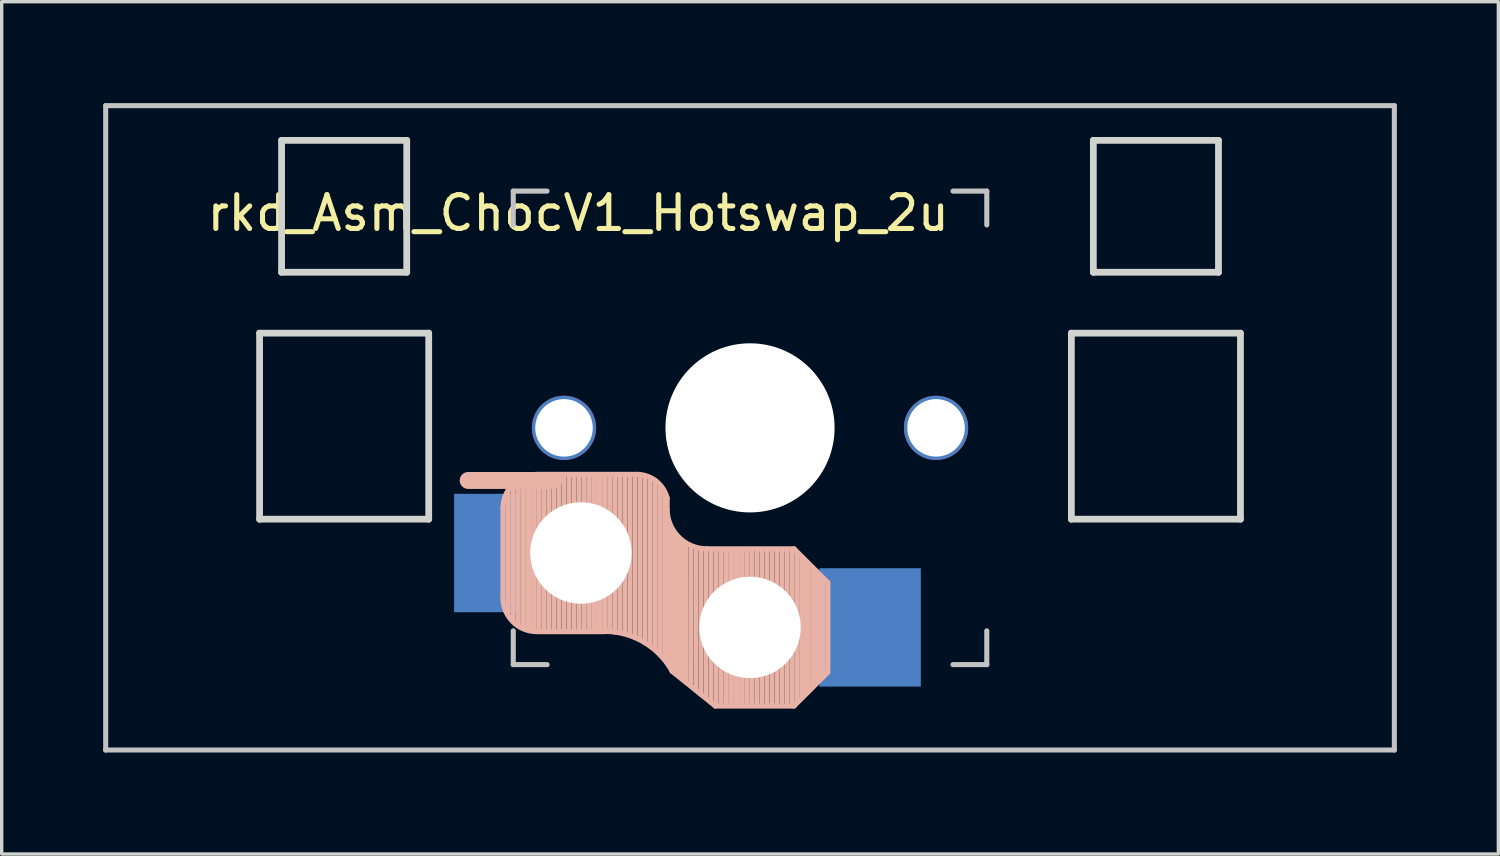
<source format=kicad_pcb>
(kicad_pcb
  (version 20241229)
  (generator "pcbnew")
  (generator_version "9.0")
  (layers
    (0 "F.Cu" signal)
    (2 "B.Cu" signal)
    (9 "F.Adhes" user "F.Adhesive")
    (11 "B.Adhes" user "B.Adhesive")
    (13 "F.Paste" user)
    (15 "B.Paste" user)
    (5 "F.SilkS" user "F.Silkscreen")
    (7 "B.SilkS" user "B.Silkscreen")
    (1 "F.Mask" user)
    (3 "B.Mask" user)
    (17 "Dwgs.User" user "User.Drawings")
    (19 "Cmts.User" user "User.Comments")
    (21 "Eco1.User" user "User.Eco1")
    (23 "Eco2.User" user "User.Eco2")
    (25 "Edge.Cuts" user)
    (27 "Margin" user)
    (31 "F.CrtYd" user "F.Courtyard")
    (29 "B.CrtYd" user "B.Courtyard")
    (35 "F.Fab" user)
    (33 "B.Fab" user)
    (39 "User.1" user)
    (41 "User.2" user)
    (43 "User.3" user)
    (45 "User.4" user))
  (footprint "rkd_Asm_ChocV1_Hotswap_2u"
    (layer "F.Cu")
    (at 19.125 9.6)
    (property "Reference" "rkd_Asm_ChocV1_Hotswap_2u" (at -5.08 -6.35 180) (layer "F.SilkS") (effects (font (size 1 1) (thickness 0.15))))
    (attr through_hole)
    (fp_line (start -7.305 2.375) (end -7.305 5.025) (stroke (width 0.15) (type solid)) (layer "B.SilkS"))
    (fp_line (start -7.15 5.53) (end -7.15 1.85) (stroke (width 0.15) (type solid)) (layer "B.SilkS"))
    (fp_line (start -7 5.7) (end -7 1.73) (stroke (width 0.15) (type solid)) (layer "B.SilkS"))
    (fp_line (start -6.85 5.84) (end -6.85 1.7) (stroke (width 0.15) (type solid)) (layer "B.SilkS"))
    (fp_line (start -6.7 5.92) (end -6.7 1.8) (stroke (width 0.15) (type solid)) (layer "B.SilkS"))
    (fp_line (start -6.55 5.97) (end -6.55 1.65) (stroke (width 0.15) (type solid)) (layer "B.SilkS"))
    (fp_line (start -6.4 6.01) (end -6.4 1.5) (stroke (width 0.15) (type solid)) (layer "B.SilkS"))
    (fp_line (start -6.25 6) (end -6.25 1.4) (stroke (width 0.15) (type solid)) (layer "B.SilkS"))
    (fp_line (start -6.1 6) (end -6.1 1.4) (stroke (width 0.15) (type solid)) (layer "B.SilkS"))
    (fp_line (start -5.95 6) (end -5.95 1.4) (stroke (width 0.15) (type solid)) (layer "B.SilkS"))
    (fp_line (start -5.8 1.555) (end -8.334 1.555) (stroke (width 0.5) (type default)) (layer "B.SilkS"))
    (fp_line (start -5.8 6) (end -5.8 1.4) (stroke (width 0.15) (type solid)) (layer "B.SilkS"))
    (fp_line (start -5.65 6) (end -5.65 1.4) (stroke (width 0.15) (type solid)) (layer "B.SilkS"))
    (fp_line (start -5.5 6) (end -5.5 1.4) (stroke (width 0.15) (type solid)) (layer "B.SilkS"))
    (fp_line (start -5.35 6) (end -5.35 1.4) (stroke (width 0.15) (type solid)) (layer "B.SilkS"))
    (fp_line (start -5.2 6) (end -5.2 1.4) (stroke (width 0.15) (type solid)) (layer "B.SilkS"))
    (fp_line (start -5.05 6) (end -5.05 1.4) (stroke (width 0.15) (type solid)) (layer "B.SilkS"))
    (fp_line (start -4.9 6) (end -4.9 1.4) (stroke (width 0.15) (type solid)) (layer "B.SilkS"))
    (fp_line (start -4.75 6) (end -4.75 1.4) (stroke (width 0.15) (type solid)) (layer "B.SilkS"))
    (fp_line (start -4.6 6) (end -4.6 1.4) (stroke (width 0.15) (type solid)) (layer "B.SilkS"))
    (fp_line (start -4.45 6) (end -4.45 1.4) (stroke (width 0.15) (type solid)) (layer "B.SilkS"))
    (fp_line (start -4.3 6) (end -4.3 1.4) (stroke (width 0.15) (type solid)) (layer "B.SilkS"))
    (fp_line (start -4.3 6.025) (end -6.275 6.025) (stroke (width 0.15) (type solid)) (layer "B.SilkS"))
    (fp_line (start -4.15 6) (end -4.15 1.45) (stroke (width 0.15) (type solid)) (layer "B.SilkS"))
    (fp_line (start -4 6.04) (end -4 1.4) (stroke (width 0.15) (type solid)) (layer "B.SilkS"))
    (fp_line (start -3.85 6.05) (end -3.85 1.4) (stroke (width 0.15) (type solid)) (layer "B.SilkS"))
    (fp_line (start -3.7 6.05) (end -3.7 1.45) (stroke (width 0.15) (type solid)) (layer "B.SilkS"))
    (fp_line (start -3.55 6.1) (end -3.55 1.39) (stroke (width 0.15) (type solid)) (layer "B.SilkS"))
    (fp_line (start -3.4 6.2) (end -3.4 1.38) (stroke (width 0.15) (type solid)) (layer "B.SilkS"))
    (fp_line (start -3.311 1.375) (end -6.275 1.375) (stroke (width 0.15) (type solid)) (layer "B.SilkS"))
    (fp_line (start -3.25 6.25) (end -3.25 1.4) (stroke (width 0.15) (type solid)) (layer "B.SilkS"))
    (fp_line (start -3.1 6.35) (end -3.1 1.43) (stroke (width 0.15) (type solid)) (layer "B.SilkS"))
    (fp_line (start -2.95 6.45) (end -2.95 1.48) (stroke (width 0.15) (type solid)) (layer "B.SilkS"))
    (fp_line (start -2.8 6.55) (end -2.8 1.56) (stroke (width 0.15) (type solid)) (layer "B.SilkS"))
    (fp_line (start -2.65 6.7) (end -2.65 1.75) (stroke (width 0.15) (type solid)) (layer "B.SilkS"))
    (fp_line (start -2.5 6.85) (end -2.5 1.95) (stroke (width 0.15) (type solid)) (layer "B.SilkS"))
    (fp_line (start -2.45 2.4) (end -2.45 2.077) (stroke (width 0.15) (type default)) (layer "B.SilkS"))
    (fp_line (start -2.4 7.02) (end -2.4 2.9) (stroke (width 0.15) (type solid)) (layer "B.SilkS"))
    (fp_line (start -2.3 7.2) (end -2.3 3.05) (stroke (width 0.15) (type solid)) (layer "B.SilkS"))
    (fp_line (start -2.3 7.2) (end -1.025 8.225) (stroke (width 0.15) (type solid)) (layer "B.SilkS"))
    (fp_line (start -2.2 7.27) (end -2.2 3.25) (stroke (width 0.15) (type solid)) (layer "B.SilkS"))
    (fp_line (start -2.1 7.35) (end -2.1 3.35) (stroke (width 0.15) (type solid)) (layer "B.SilkS"))
    (fp_line (start -2 7.43) (end -2 3.4) (stroke (width 0.15) (type solid)) (layer "B.SilkS"))
    (fp_line (start -1.89 7.52) (end -1.9 3.45) (stroke (width 0.15) (type solid)) (layer "B.SilkS"))
    (fp_line (start -1.75 7.62) (end -1.75 3.5) (stroke (width 0.15) (type solid)) (layer "B.SilkS"))
    (fp_line (start -1.6 7.76) (end -1.6 3.6) (stroke (width 0.15) (type solid)) (layer "B.SilkS"))
    (fp_line (start -1.45 7.88) (end -1.45 3.6) (stroke (width 0.15) (type solid)) (layer "B.SilkS"))
    (fp_line (start -1.3 7.99) (end -1.3 3.6) (stroke (width 0.15) (type solid)) (layer "B.SilkS"))
    (fp_line (start -1.15 8.11) (end -1.15 3.65) (stroke (width 0.15) (type solid)) (layer "B.SilkS"))
    (fp_line (start -1 8.2) (end -1 3.6) (stroke (width 0.15) (type solid)) (layer "B.SilkS"))
    (fp_line (start -0.85 8.2) (end -0.85 3.6) (stroke (width 0.15) (type solid)) (layer "B.SilkS"))
    (fp_line (start -0.7 8.2) (end -0.7 3.6) (stroke (width 0.15) (type solid)) (layer "B.SilkS"))
    (fp_line (start -0.55 8.2) (end -0.55 3.6) (stroke (width 0.15) (type solid)) (layer "B.SilkS"))
    (fp_line (start -0.4 8.2) (end -0.4 3.6) (stroke (width 0.15) (type solid)) (layer "B.SilkS"))
    (fp_line (start -0.25 8.2) (end -0.25 3.6) (stroke (width 0.15) (type solid)) (layer "B.SilkS"))
    (fp_line (start -0.1 8.2) (end -0.1 3.6) (stroke (width 0.15) (type solid)) (layer "B.SilkS"))
    (fp_line (start 0.05 8.2) (end 0.05 3.6) (stroke (width 0.15) (type solid)) (layer "B.SilkS"))
    (fp_line (start 0.2 8.2) (end 0.2 3.6) (stroke (width 0.15) (type solid)) (layer "B.SilkS"))
    (fp_line (start 0.35 8.2) (end 0.35 3.6) (stroke (width 0.15) (type solid)) (layer "B.SilkS"))
    (fp_line (start 0.5 8.2) (end 0.5 3.6) (stroke (width 0.15) (type solid)) (layer "B.SilkS"))
    (fp_line (start 0.65 8.2) (end 0.65 3.6) (stroke (width 0.15) (type solid)) (layer "B.SilkS"))
    (fp_line (start 0.8 8.2) (end 0.8 3.6) (stroke (width 0.15) (type solid)) (layer "B.SilkS"))
    (fp_line (start 0.95 8.2) (end 0.95 3.6) (stroke (width 0.15) (type solid)) (layer "B.SilkS"))
    (fp_line (start 1.1 8.2) (end 1.1 3.6) (stroke (width 0.15) (type solid)) (layer "B.SilkS"))
    (fp_line (start 1.25 8.2) (end 1.25 3.6) (stroke (width 0.15) (type solid)) (layer "B.SilkS"))
    (fp_line (start 1.3 3.575) (end -1.275 3.575) (stroke (width 0.15) (type solid)) (layer "B.SilkS"))
    (fp_line (start 1.3 8.225) (end -1.025 8.225) (stroke (width 0.15) (type solid)) (layer "B.SilkS"))
    (fp_line (start 1.4 8.09) (end 1.4 3.7) (stroke (width 0.15) (type solid)) (layer "B.SilkS"))
    (fp_line (start 1.55 7.95) (end 1.55 3.83) (stroke (width 0.15) (type solid)) (layer "B.SilkS"))
    (fp_line (start 1.7 7.82) (end 1.7 3.99) (stroke (width 0.15) (type solid)) (layer "B.SilkS"))
    (fp_line (start 1.85 7.66) (end 1.85 4.13) (stroke (width 0.15) (type solid)) (layer "B.SilkS"))
    (fp_line (start 1.95 7.56) (end 1.95 4.23) (stroke (width 0.15) (type solid)) (layer "B.SilkS"))
    (fp_line (start 2.05 7.45) (end 2.05 4.33) (stroke (width 0.15) (type solid)) (layer "B.SilkS"))
    (fp_line (start 2.15 7.37) (end 2.15 4.44) (stroke (width 0.15) (type solid)) (layer "B.SilkS"))
    (fp_line (start 2.3 4.575) (end 1.3 3.575) (stroke (width 0.15) (type solid)) (layer "B.SilkS"))
    (fp_line (start 2.3 4.575) (end 2.3 7.225) (stroke (width 0.15) (type solid)) (layer "B.SilkS"))
    (fp_line (start 2.3 7.225) (end 1.3 8.225) (stroke (width 0.15) (type solid)) (layer "B.SilkS"))
    (fp_arc (start -7.305 2.375) (mid -7.012107 1.667893) (end -6.305 1.375) (stroke (width 0.15) (type solid)) (layer "B.SilkS"))
    (fp_arc (start -6.305 6.025) (mid -7.012107 5.732107) (end -7.305 5.025) (stroke (width 0.15) (type solid)) (layer "B.SilkS"))
    (fp_arc (start -4.3 6.017458) (mid -3.138277 6.335211) (end -2.3 7.2) (stroke (width 0.15) (type solid)) (layer "B.SilkS"))
    (fp_arc (start -3.311204 1.375) (mid -2.763915 1.58277) (end -2.45 2.076887) (stroke (width 0.15) (type solid)) (layer "B.SilkS"))
    (fp_arc (start -1.275 3.575) (mid -2.10585 3.23085) (end -2.45 2.4) (stroke (width 0.15) (type solid)) (layer "B.SilkS"))
    (fp_line (start -19.05 -9.525) (end 19.05 -9.525) (stroke (width 0.15) (type solid)) (layer "Dwgs.User"))
    (fp_line (start -19.05 9.525) (end -19.05 -9.525) (stroke (width 0.15) (type solid)) (layer "Dwgs.User"))
    (fp_line (start -7 -7) (end -6 -7) (stroke (width 0.15) (type solid)) (layer "Dwgs.User"))
    (fp_line (start -7 -6) (end -7 -7) (stroke (width 0.15) (type solid)) (layer "Dwgs.User"))
    (fp_line (start -7 7) (end -7 6) (stroke (width 0.15) (type solid)) (layer "Dwgs.User"))
    (fp_line (start -6 7) (end -7 7) (stroke (width 0.15) (type solid)) (layer "Dwgs.User"))
    (fp_line (start 6 7) (end 7 7) (stroke (width 0.15) (type solid)) (layer "Dwgs.User"))
    (fp_line (start 7 -7) (end 6 -7) (stroke (width 0.15) (type solid)) (layer "Dwgs.User"))
    (fp_line (start 7 -6) (end 7 -7) (stroke (width 0.15) (type solid)) (layer "Dwgs.User"))
    (fp_line (start 7 7) (end 7 6) (stroke (width 0.15) (type solid)) (layer "Dwgs.User"))
    (fp_line (start 19.05 -9.525) (end 19.05 9.525) (stroke (width 0.15) (type solid)) (layer "Dwgs.User"))
    (fp_line (start 19.05 9.525) (end -19.05 9.525) (stroke (width 0.15) (type solid)) (layer "Dwgs.User"))
    (fp_line (start -14.5 -2.8) (end -9.5 -2.8) (stroke (width 0.2) (type solid)) (layer "Edge.Cuts"))
    (fp_line (start -14.5 2.7) (end -14.5 -2.8) (stroke (width 0.2) (type solid)) (layer "Edge.Cuts"))
    (fp_line (start -13.85 -8.5) (end -10.15 -8.5) (stroke (width 0.2) (type solid)) (layer "Edge.Cuts"))
    (fp_line (start -13.85 -4.6) (end -13.85 -8.5) (stroke (width 0.2) (type solid)) (layer "Edge.Cuts"))
    (fp_line (start -10.15 -8.5) (end -10.15 -4.6) (stroke (width 0.2) (type solid)) (layer "Edge.Cuts"))
    (fp_line (start -10.15 -4.6) (end -13.85 -4.6) (stroke (width 0.2) (type solid)) (layer "Edge.Cuts"))
    (fp_line (start -9.5 -2.8) (end -9.5 2.7) (stroke (width 0.2) (type solid)) (layer "Edge.Cuts"))
    (fp_line (start -9.5 2.7) (end -14.5 2.7) (stroke (width 0.2) (type solid)) (layer "Edge.Cuts"))
    (fp_line (start 9.5 -2.8) (end 9.5 2.7) (stroke (width 0.2) (type solid)) (layer "Edge.Cuts"))
    (fp_line (start 9.5 2.7) (end 14.5 2.7) (stroke (width 0.2) (type solid)) (layer "Edge.Cuts"))
    (fp_line (start 10.15 -8.5) (end 10.15 -4.6) (stroke (width 0.2) (type solid)) (layer "Edge.Cuts"))
    (fp_line (start 10.15 -4.6) (end 13.85 -4.6) (stroke (width 0.2) (type solid)) (layer "Edge.Cuts"))
    (fp_line (start 13.85 -8.5) (end 10.15 -8.5) (stroke (width 0.2) (type solid)) (layer "Edge.Cuts"))
    (fp_line (start 13.85 -8.5) (end 13.85 -4.6) (stroke (width 0.2) (type solid)) (layer "Edge.Cuts"))
    (fp_line (start 14.5 -2.8) (end 9.5 -2.8) (stroke (width 0.2) (type solid)) (layer "Edge.Cuts"))
    (fp_line (start 14.5 2.7) (end 14.5 -2.8) (stroke (width 0.2) (type solid)) (layer "Edge.Cuts"))
    (pad "" np_thru_hole circle (at -5.5 0) (size 1.9 1.9) (drill 1.7) (layers "*.Cu" "*.Mask"))
    (pad "" np_thru_hole circle (at -5 3.7 90) (size 3 3) (drill 3) (layers "*.Cu" "*.Mask"))
    (pad "" np_thru_hole circle (at 0 0 90) (size 5 5) (drill 5) (layers "*.Cu" "*.Mask"))
    (pad "" np_thru_hole circle (at 0 5.9 90) (size 3 3) (drill 3) (layers "*.Cu" "*.Mask"))
    (pad "" np_thru_hole circle (at 5.5 0) (size 1.9 1.9) (drill 1.7) (layers "*.Cu" "*.Mask"))
    (pad "1" smd rect (at -7.8 3.7 180) (size 1.9 3.5) (layers "B.Cu" "B.Mask" "B.Paste"))
    (pad "2" smd rect (at 3.55 5.9 180) (size 3 3.5) (layers "B.Cu" "B.Mask" "B.Paste")))
  (gr_rect
    (start -3 -3)
    (end 41.25 22.2)
    (stroke (width 0.1) (type default))
    (fill no)
    (layer "Edge.Cuts")))
</source>
